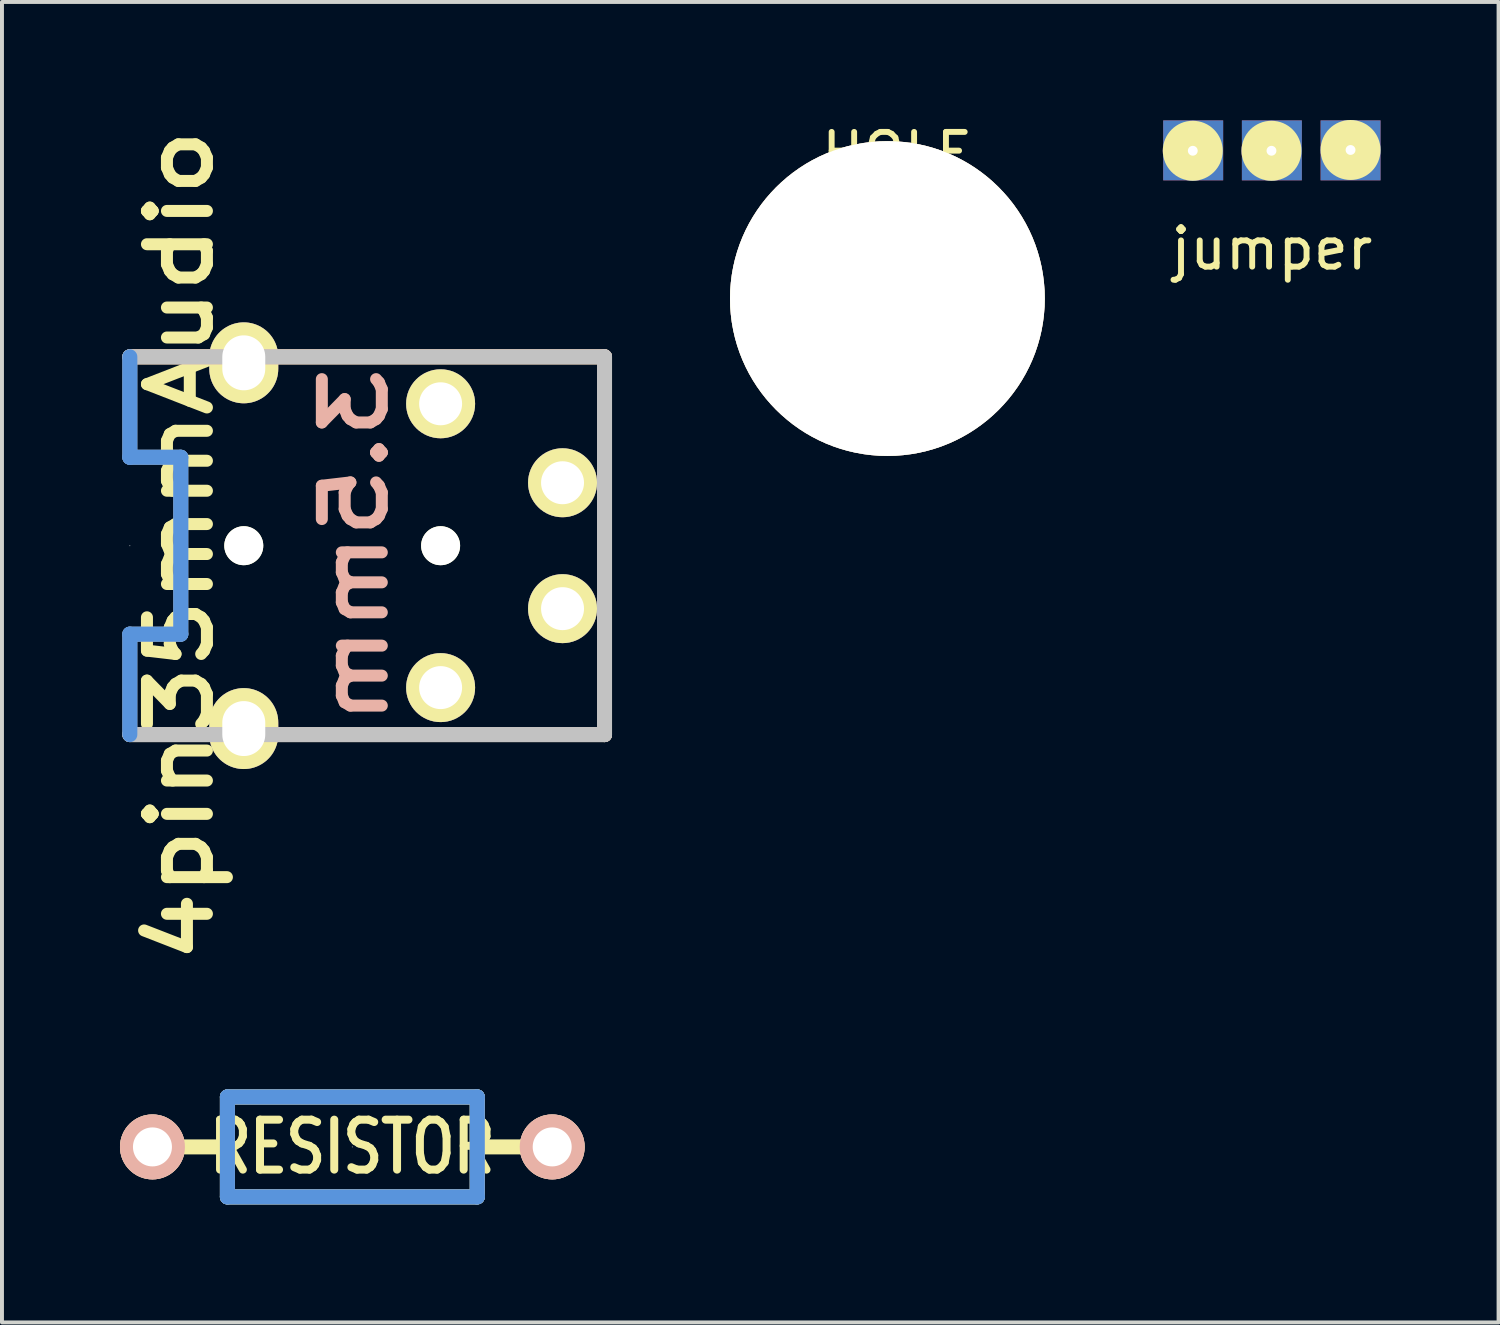
<source format=kicad_pcb>
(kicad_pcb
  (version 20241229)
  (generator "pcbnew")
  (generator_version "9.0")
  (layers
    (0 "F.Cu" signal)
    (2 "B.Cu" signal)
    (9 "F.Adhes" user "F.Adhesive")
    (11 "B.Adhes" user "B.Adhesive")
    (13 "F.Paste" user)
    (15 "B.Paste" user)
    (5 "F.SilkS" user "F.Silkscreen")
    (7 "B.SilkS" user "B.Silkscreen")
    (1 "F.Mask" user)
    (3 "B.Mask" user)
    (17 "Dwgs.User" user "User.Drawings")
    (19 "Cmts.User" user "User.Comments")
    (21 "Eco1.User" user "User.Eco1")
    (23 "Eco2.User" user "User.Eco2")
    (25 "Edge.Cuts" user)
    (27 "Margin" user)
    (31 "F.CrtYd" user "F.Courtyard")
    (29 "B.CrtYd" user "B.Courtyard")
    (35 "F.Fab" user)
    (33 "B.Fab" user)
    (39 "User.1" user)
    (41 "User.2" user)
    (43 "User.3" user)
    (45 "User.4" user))
  (footprint "jumper"
    (layer "F.Cu")
    (at 29.277 2.772)
    (property "Reference" "jumper" (at 0 0.5 0) (layer "F.SilkS") (effects (font (size 1 1) (thickness 0.15))))
    (attr through_hole)
    (pad "1" thru_hole circle (at -2.01 -1.99) (size 1.524 1.524) (drill 0.25) (layers "*.Cu" "*.Mask" "F.SilkS"))
    (pad "1" smd rect (at -2 -2) (size 1.524 1.524) (layers "F.Cu" "F.Mask" "F.Paste"))
    (pad "1" smd rect (at -2 -2) (size 1.524 1.524) (layers "F.Mask" "B.Cu" "F.Paste"))
    (pad "2" thru_hole circle (at -0.01 -1.99) (size 1.524 1.524) (drill 0.25) (layers "*.Cu" "*.Mask" "F.SilkS"))
    (pad "2" smd rect (at 0 -2) (size 1.524 1.524) (layers "F.Cu" "F.Mask" "F.Paste"))
    (pad "2" smd rect (at 0 -2) (size 1.524 1.524) (layers "F.Mask" "B.Cu" "F.Paste"))
    (pad "3" thru_hole circle (at 2 -2.01) (size 1.524 1.524) (drill 0.25) (layers "*.Cu" "*.Mask" "F.SilkS"))
    (pad "3" smd rect (at 2 -2) (size 1.524 1.524) (layers "F.Cu" "F.Mask" "F.Paste"))
    (pad "3" smd rect (at 2 -2) (size 1.524 1.524) (layers "F.Mask" "B.Cu" "F.Paste")))
  (footprint "HOLE"
    (layer "F.Cu")
    (at 21.155 5.238)
    (property "Reference" "HOLE" (at -1.4 -4.39 0) (layer "F.SilkS") (effects (font (size 1 1) (thickness 0.15))))
    (attr through_hole)
    (fp_circle (center -1.65 -0.7) (end 0.85 1.94) (stroke (width 0.15) (type solid)) (fill no) (layer "F.SilkS"))
    (pad "" thru_hole circle (at -1.65 -0.7) (size 8 8) (drill 8) (layers "*.Cu" "*.Mask" "F.SilkS")))
  (footprint "RESISTOR"
    (layer "F.Cu")
    (at 5.905 26.101)
    (property "Reference" "RESISTOR" (at 0 0 0) (layer "F.SilkS") (effects (font (size 1.27 1.016) (thickness 0.203))))
    (attr through_hole)
    (fp_line (start -5.08 0) (end -3.175 0) (stroke (width 0.381) (type solid)) (layer "F.SilkS"))
    (fp_line (start -3.175 -1.27) (end 3.175 -1.27) (stroke (width 0.381) (type solid)) (layer "F.SilkS"))
    (fp_line (start -3.175 1.27) (end -3.175 -1.27) (stroke (width 0.381) (type solid)) (layer "F.SilkS"))
    (fp_line (start 3.175 -1.27) (end 3.175 1.27) (stroke (width 0.381) (type solid)) (layer "F.SilkS"))
    (fp_line (start 3.175 1.27) (end -3.175 1.27) (stroke (width 0.381) (type solid)) (layer "F.SilkS"))
    (fp_line (start 5.08 0) (end 3.175 0) (stroke (width 0.381) (type solid)) (layer "F.SilkS"))
    (fp_line (start -3.175 -1.27) (end 3.175 -1.27) (stroke (width 0.381) (type solid)) (layer "Dwgs.User"))
    (fp_line (start -3.175 1.27) (end -3.175 -1.27) (stroke (width 0.381) (type solid)) (layer "Dwgs.User"))
    (fp_line (start 0 0) (end 0 0) (stroke (width 0.025) (type solid)) (layer "Dwgs.User"))
    (fp_line (start 3.175 -1.27) (end 3.175 1.27) (stroke (width 0.381) (type solid)) (layer "Dwgs.User"))
    (fp_line (start 3.175 1.27) (end -3.175 1.27) (stroke (width 0.381) (type solid)) (layer "Dwgs.User"))
    (fp_line (start -3.175 -1.27) (end 3.175 -1.27) (stroke (width 0.381) (type solid)) (layer "Cmts.User"))
    (fp_line (start -3.175 1.27) (end -3.175 -1.27) (stroke (width 0.381) (type solid)) (layer "Cmts.User"))
    (fp_line (start 3.175 -1.27) (end 3.175 1.27) (stroke (width 0.381) (type solid)) (layer "Cmts.User"))
    (fp_line (start 3.175 1.27) (end -3.175 1.27) (stroke (width 0.381) (type solid)) (layer "Cmts.User"))
    (pad "1" thru_hole circle (at -5.08 0) (size 1.651 1.651) (drill 0.991) (layers "*.Cu" "*.SilkS" "*.Mask"))
    (pad "2" thru_hole circle (at 5.08 0) (size 1.651 1.651) (drill 0.991) (layers "*.Cu" "*.SilkS" "*.Mask")))
  (footprint "4pin35mmAudio"
    (layer "F.Cu")
    (at 0.25 10.82)
    (property "Reference" "4pin35mmAudio" (at 1.27 0 90) (layer "F.SilkS") (effects (font (size 1.524 1.778) (thickness 0.305))))
    (attr through_hole)
    (fp_line (start 0 -4.801) (end 12.065 -4.801) (stroke (width 0.381) (type solid)) (layer "F.SilkS"))
    (fp_line (start 12.065 -4.801) (end 12.065 4.801) (stroke (width 0.381) (type solid)) (layer "F.SilkS"))
    (fp_line (start 12.065 4.801) (end 0 4.801) (stroke (width 0.381) (type solid)) (layer "F.SilkS"))
    (fp_line (start 0 -4.801) (end 12.065 -4.801) (stroke (width 0.381) (type solid)) (layer "B.SilkS"))
    (fp_line (start 12.065 -4.801) (end 12.065 4.801) (stroke (width 0.381) (type solid)) (layer "B.SilkS"))
    (fp_line (start 12.065 4.801) (end 0 4.801) (stroke (width 0.381) (type solid)) (layer "B.SilkS"))
    (fp_line (start 0 -4.801) (end 0 -2.248) (stroke (width 0.381) (type solid)) (layer "Dwgs.User"))
    (fp_line (start 0 -2.248) (end 1.295 -2.248) (stroke (width 0.381) (type solid)) (layer "Dwgs.User"))
    (fp_line (start 0 0) (end 0 0) (stroke (width 0.025) (type solid)) (layer "Dwgs.User"))
    (fp_line (start 0 2.248) (end 0 4.801) (stroke (width 0.381) (type solid)) (layer "Dwgs.User"))
    (fp_line (start 0 4.801) (end 12.065 4.801) (stroke (width 0.381) (type solid)) (layer "Dwgs.User"))
    (fp_line (start 1.295 -2.248) (end 1.295 2.248) (stroke (width 0.381) (type solid)) (layer "Dwgs.User"))
    (fp_line (start 1.295 2.248) (end 0 2.248) (stroke (width 0.381) (type solid)) (layer "Dwgs.User"))
    (fp_line (start 12.065 -4.801) (end 0 -4.801) (stroke (width 0.381) (type solid)) (layer "Dwgs.User"))
    (fp_line (start 12.065 4.801) (end 12.065 -4.801) (stroke (width 0.381) (type solid)) (layer "Dwgs.User"))
    (fp_line (start 0 -2.248) (end 0 -4.801) (stroke (width 0.381) (type solid)) (layer "Cmts.User"))
    (fp_line (start 0 -2.248) (end 1.295 -2.248) (stroke (width 0.381) (type solid)) (layer "Cmts.User"))
    (fp_line (start 0 4.801) (end 0 2.248) (stroke (width 0.381) (type solid)) (layer "Cmts.User"))
    (fp_line (start 1.295 -2.248) (end 1.295 2.248) (stroke (width 0.381) (type solid)) (layer "Cmts.User"))
    (fp_line (start 1.295 2.248) (end 0 2.248) (stroke (width 0.381) (type solid)) (layer "Cmts.User"))
    (fp_text user "3.5mm" (at 5.715 0 90) (layer "B.SilkS") (effects (font (size 1.524 1.778) (thickness 0.305)) (justify mirror)))
    (pad "" np_thru_hole circle (at 2.896 0) (size 0.991 0.991) (drill 0.991) (layers "*.Cu" "*.Mask" "F.SilkS"))
    (pad "" np_thru_hole circle (at 7.899 0) (size 0.991 0.991) (drill 0.991) (layers "*.Cu" "*.Mask" "F.SilkS"))
    (pad "1" thru_hole oval (at 2.896 -4.648) (size 1.753 2.057) (drill oval 1.092 1.397) (layers "*.Cu" "*.Mask" "F.SilkS"))
    (pad "2" thru_hole circle (at 7.899 3.607) (size 1.753 1.753) (drill 1.092) (layers "*.Cu" "*.Mask" "F.SilkS"))
    (pad "3" thru_hole circle (at 10.998 -1.6) (size 1.753 1.753) (drill 1.092) (layers "*.Cu" "*.Mask" "F.SilkS"))
    (pad "4" thru_hole oval (at 2.896 4.648) (size 1.753 2.057) (drill oval 1.092 1.397) (layers "*.Cu" "*.Mask" "F.SilkS"))
    (pad "5" thru_hole circle (at 10.998 1.6) (size 1.753 1.753) (drill 1.092) (layers "*.Cu" "*.Mask" "F.SilkS"))
    (pad "6" thru_hole circle (at 7.899 -3.607) (size 1.753 1.753) (drill 1.092) (layers "*.Cu" "*.Mask" "F.SilkS")))
  (gr_rect
    (start -3 -3)
    (end 35.039 30.562)
    (stroke (width 0.1) (type default))
    (fill no)
    (layer "Edge.Cuts")))
</source>
